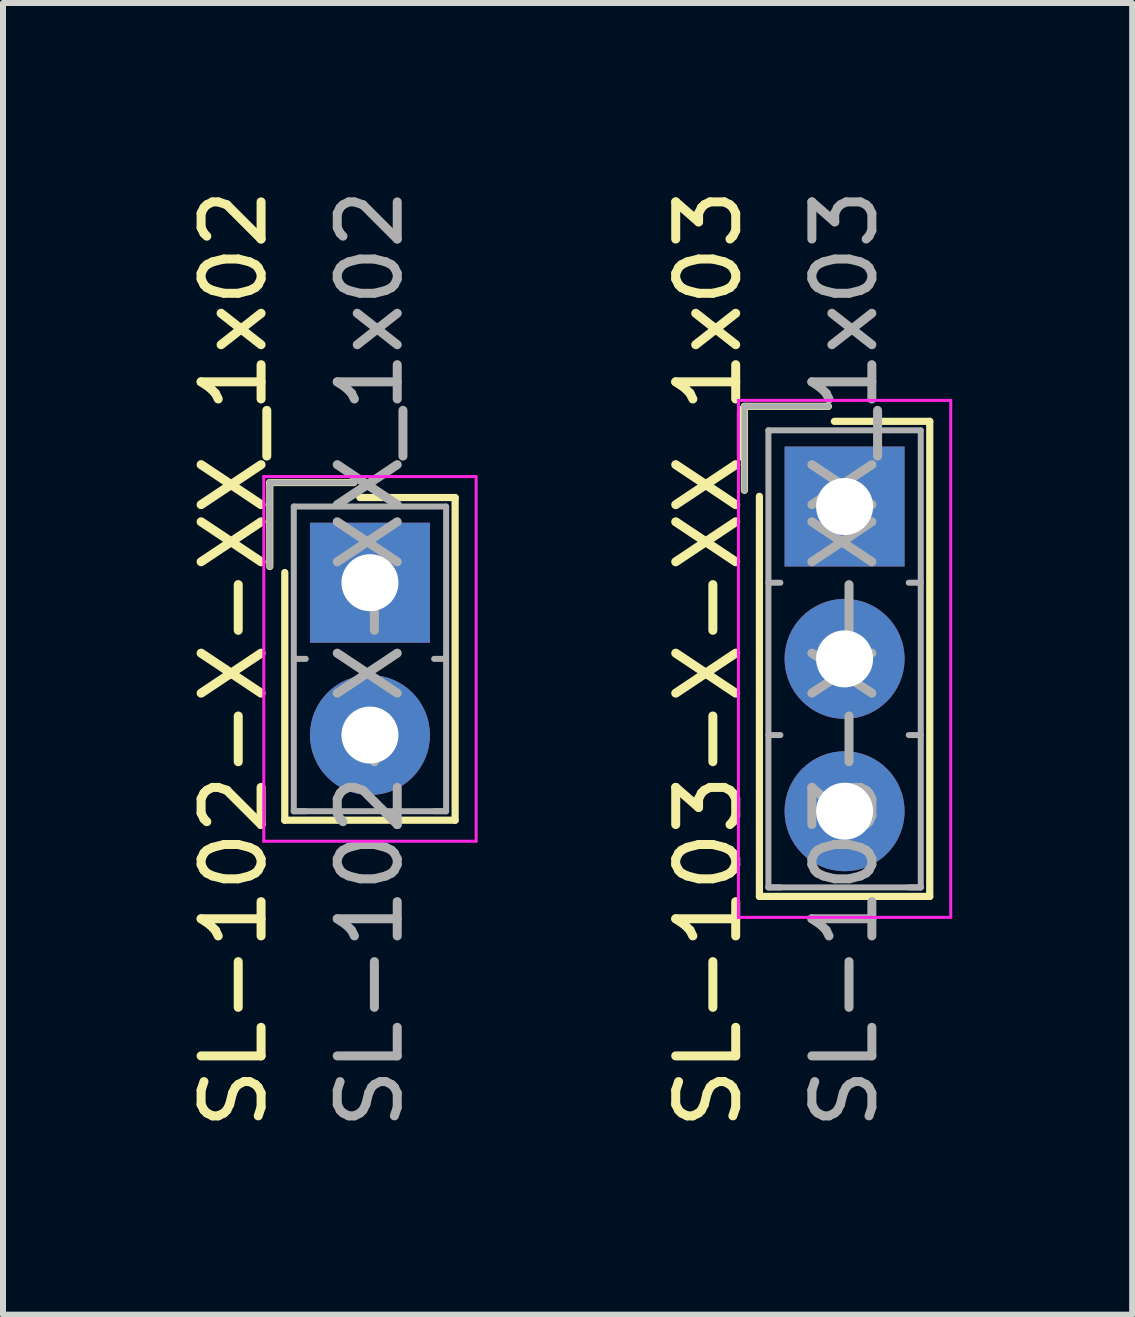
<source format=kicad_pcb>
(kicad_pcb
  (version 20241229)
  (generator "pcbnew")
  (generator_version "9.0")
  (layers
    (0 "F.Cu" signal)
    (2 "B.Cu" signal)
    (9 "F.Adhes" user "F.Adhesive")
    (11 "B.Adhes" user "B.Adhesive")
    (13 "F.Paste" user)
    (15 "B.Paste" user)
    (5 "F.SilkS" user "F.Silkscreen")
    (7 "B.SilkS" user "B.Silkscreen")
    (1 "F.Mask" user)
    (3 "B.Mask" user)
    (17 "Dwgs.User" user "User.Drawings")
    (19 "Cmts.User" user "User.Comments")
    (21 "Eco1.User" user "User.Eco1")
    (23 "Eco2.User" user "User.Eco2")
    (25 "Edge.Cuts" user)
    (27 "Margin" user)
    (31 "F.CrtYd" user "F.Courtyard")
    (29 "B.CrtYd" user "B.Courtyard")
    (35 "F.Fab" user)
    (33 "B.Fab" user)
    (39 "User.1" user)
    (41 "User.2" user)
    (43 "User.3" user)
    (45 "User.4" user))
  (footprint "SL-103-X-XX_1x03"
    (layer "F.Cu")
    (at 11.031 5.395)
    (property "Reference" "SL-103-X-XX_1x03" (at -2.27 2.54 90) (layer "F.SilkS") (effects (font (size 1 1) (thickness 0.15))))
    (attr through_hole)
    (fp_line (start -1.67 -1.67) (end -1.67 -0.27) (stroke (width 0.12) (type solid)) (layer "F.SilkS"))
    (fp_line (start -1.42 6.5) (end -1.42 -0.17) (stroke (width 0.12) (type solid)) (layer "F.SilkS"))
    (fp_line (start -0.27 -1.67) (end -1.67 -1.67) (stroke (width 0.12) (type solid)) (layer "F.SilkS"))
    (fp_line (start -0.17 -1.42) (end 1.42 -1.42) (stroke (width 0.12) (type solid)) (layer "F.SilkS"))
    (fp_line (start 1.42 -1.42) (end 1.42 6.5) (stroke (width 0.12) (type solid)) (layer "F.SilkS"))
    (fp_line (start 1.42 6.5) (end -1.42 6.5) (stroke (width 0.12) (type solid)) (layer "F.SilkS"))
    (fp_line (start -1.77 -1.77) (end -1.77 6.85) (stroke (width 0.05) (type solid)) (layer "F.CrtYd"))
    (fp_line (start -1.77 6.85) (end 1.77 6.85) (stroke (width 0.05) (type solid)) (layer "F.CrtYd"))
    (fp_line (start 1.77 -1.77) (end -1.77 -1.77) (stroke (width 0.05) (type solid)) (layer "F.CrtYd"))
    (fp_line (start 1.77 6.85) (end 1.77 -1.77) (stroke (width 0.05) (type solid)) (layer "F.CrtYd"))
    (fp_line (start -1.67 -1.67) (end -1.67 -0.27) (stroke (width 0.1) (type solid)) (layer "F.Fab"))
    (fp_line (start -1.27 -1.27) (end -1.27 6.35) (stroke (width 0.1) (type solid)) (layer "F.Fab"))
    (fp_line (start -1.27 1.27) (end -1.07 1.27) (stroke (width 0.1) (type solid)) (layer "F.Fab"))
    (fp_line (start -1.27 3.81) (end -1.07 3.81) (stroke (width 0.1) (type solid)) (layer "F.Fab"))
    (fp_line (start -1.27 6.35) (end -1.07 6.35) (stroke (width 0.1) (type solid)) (layer "F.Fab"))
    (fp_line (start -1.27 6.35) (end 1.27 6.35) (stroke (width 0.1) (type solid)) (layer "F.Fab"))
    (fp_line (start -0.27 -1.67) (end -1.67 -1.67) (stroke (width 0.1) (type solid)) (layer "F.Fab"))
    (fp_line (start 1.27 -1.27) (end -1.27 -1.27) (stroke (width 0.1) (type solid)) (layer "F.Fab"))
    (fp_line (start 1.27 1.27) (end 1.07 1.27) (stroke (width 0.1) (type solid)) (layer "F.Fab"))
    (fp_line (start 1.27 3.81) (end 1.07 3.81) (stroke (width 0.1) (type solid)) (layer "F.Fab"))
    (fp_line (start 1.27 6.35) (end 1.07 6.35) (stroke (width 0.1) (type solid)) (layer "F.Fab"))
    (fp_line (start 1.27 6.35) (end 1.27 -1.27) (stroke (width 0.1) (type solid)) (layer "F.Fab"))
    (fp_text user "${REFERENCE}" (at 0 2.54 90) (layer "F.Fab") (effects (font (size 1 1) (thickness 0.15))))
    (pad "1" thru_hole rect (at 0 0) (size 2 2) (drill 0.95) (layers "*.Cu" "*.Mask"))
    (pad "2" thru_hole circle (at 0 2.54) (size 2 2) (drill 0.95) (layers "*.Cu" "*.Mask"))
    (pad "3" thru_hole circle (at 0 5.08) (size 2 2) (drill 0.95) (layers "*.Cu" "*.Mask")))
  (footprint "SL-102-X-XX_1x02"
    (layer "F.Cu")
    (at 3.118 6.665)
    (property "Reference" "SL-102-X-XX_1x02" (at -2.27 1.27 90) (layer "F.SilkS") (effects (font (size 1 1) (thickness 0.15))))
    (attr through_hole)
    (fp_line (start -1.67 -1.67) (end -1.67 -0.27) (stroke (width 0.12) (type solid)) (layer "F.SilkS"))
    (fp_line (start -1.42 3.96) (end -1.42 -0.17) (stroke (width 0.12) (type solid)) (layer "F.SilkS"))
    (fp_line (start -0.27 -1.67) (end -1.67 -1.67) (stroke (width 0.12) (type solid)) (layer "F.SilkS"))
    (fp_line (start -0.17 -1.42) (end 1.42 -1.42) (stroke (width 0.12) (type solid)) (layer "F.SilkS"))
    (fp_line (start 1.42 -1.42) (end 1.42 3.96) (stroke (width 0.12) (type solid)) (layer "F.SilkS"))
    (fp_line (start 1.42 3.96) (end -1.42 3.96) (stroke (width 0.12) (type solid)) (layer "F.SilkS"))
    (fp_line (start -1.77 -1.77) (end -1.77 4.31) (stroke (width 0.05) (type solid)) (layer "F.CrtYd"))
    (fp_line (start -1.77 4.31) (end 1.77 4.31) (stroke (width 0.05) (type solid)) (layer "F.CrtYd"))
    (fp_line (start 1.77 -1.77) (end -1.77 -1.77) (stroke (width 0.05) (type solid)) (layer "F.CrtYd"))
    (fp_line (start 1.77 4.31) (end 1.77 -1.77) (stroke (width 0.05) (type solid)) (layer "F.CrtYd"))
    (fp_line (start -1.67 -1.67) (end -1.67 -0.27) (stroke (width 0.1) (type solid)) (layer "F.Fab"))
    (fp_line (start -1.27 -1.27) (end -1.27 3.81) (stroke (width 0.1) (type solid)) (layer "F.Fab"))
    (fp_line (start -1.27 1.27) (end -1.07 1.27) (stroke (width 0.1) (type solid)) (layer "F.Fab"))
    (fp_line (start -1.27 3.81) (end -1.07 3.81) (stroke (width 0.1) (type solid)) (layer "F.Fab"))
    (fp_line (start -1.27 3.81) (end 1.27 3.81) (stroke (width 0.1) (type solid)) (layer "F.Fab"))
    (fp_line (start -0.27 -1.67) (end -1.67 -1.67) (stroke (width 0.1) (type solid)) (layer "F.Fab"))
    (fp_line (start 1.27 -1.27) (end -1.27 -1.27) (stroke (width 0.1) (type solid)) (layer "F.Fab"))
    (fp_line (start 1.27 1.27) (end 1.07 1.27) (stroke (width 0.1) (type solid)) (layer "F.Fab"))
    (fp_line (start 1.27 3.81) (end 1.07 3.81) (stroke (width 0.1) (type solid)) (layer "F.Fab"))
    (fp_line (start 1.27 3.81) (end 1.27 -1.27) (stroke (width 0.1) (type solid)) (layer "F.Fab"))
    (fp_text user "${REFERENCE}" (at 0 1.27 90) (layer "F.Fab") (effects (font (size 1 1) (thickness 0.15))))
    (pad "1" thru_hole rect (at 0 0) (size 2 2) (drill 0.95) (layers "*.Cu" "*.Mask"))
    (pad "2" thru_hole circle (at 0 2.54) (size 2 2) (drill 0.95) (layers "*.Cu" "*.Mask")))
  (gr_rect
    (start -3 -3)
    (end 15.826 18.869)
    (stroke (width 0.1) (type default))
    (fill no)
    (layer "Edge.Cuts")))
</source>
